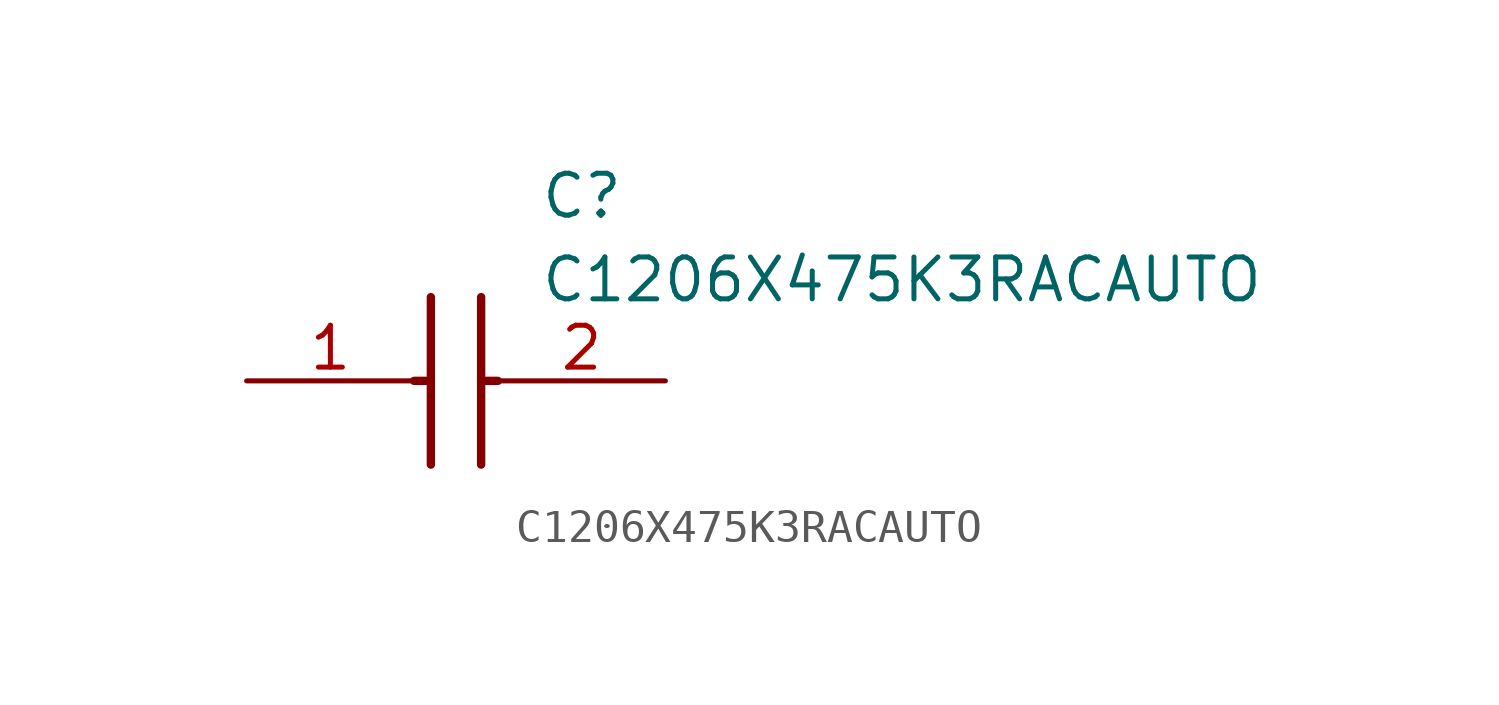
<source format=kicad_sym>
(kicad_symbol_lib
  (version 20211014)
  (generator SamacSys_ECAD_Model)
  (symbol "C1206X475K3RACAUTO"
    (pin_names hide)
    (property "Reference" "C"
      (at 8.89 6.35 0)
      (effects (font (size 1.27 1.27)) (justify left top)))
    (property "Value" "C1206X475K3RACAUTO"
      (at 8.89 3.81 0)
      (effects (font (size 1.27 1.27)) (justify left top)))
    (polyline
      (pts (xy 5.588 2.54) (xy 5.588 -2.54))
      (stroke (width 0.254) (type default))
      (fill (type none)))
    (polyline
      (pts (xy 7.112 2.54) (xy 7.112 -2.54))
      (stroke (width 0.254) (type default))
      (fill (type none)))
    (polyline
      (pts (xy 5.08 0) (xy 5.588 0))
      (stroke (width 0.254) (type default))
      (fill (type none)))
    (polyline
      (pts (xy 7.112 0) (xy 7.62 0))
      (stroke (width 0.254) (type default))
      (fill (type none)))
    (pin passive line
      (at 0 0 0)
      (length 5.08)
      (name "1" (effects (font (size 1.27 1.27))))
      (number "1" (effects (font (size 1.27 1.27)))))
    (pin passive line
      (at 12.7 0 180)
      (length 5.08)
      (name "2" (effects (font (size 1.27 1.27))))
      (number "2" (effects (font (size 1.27 1.27)))))))
</source>
